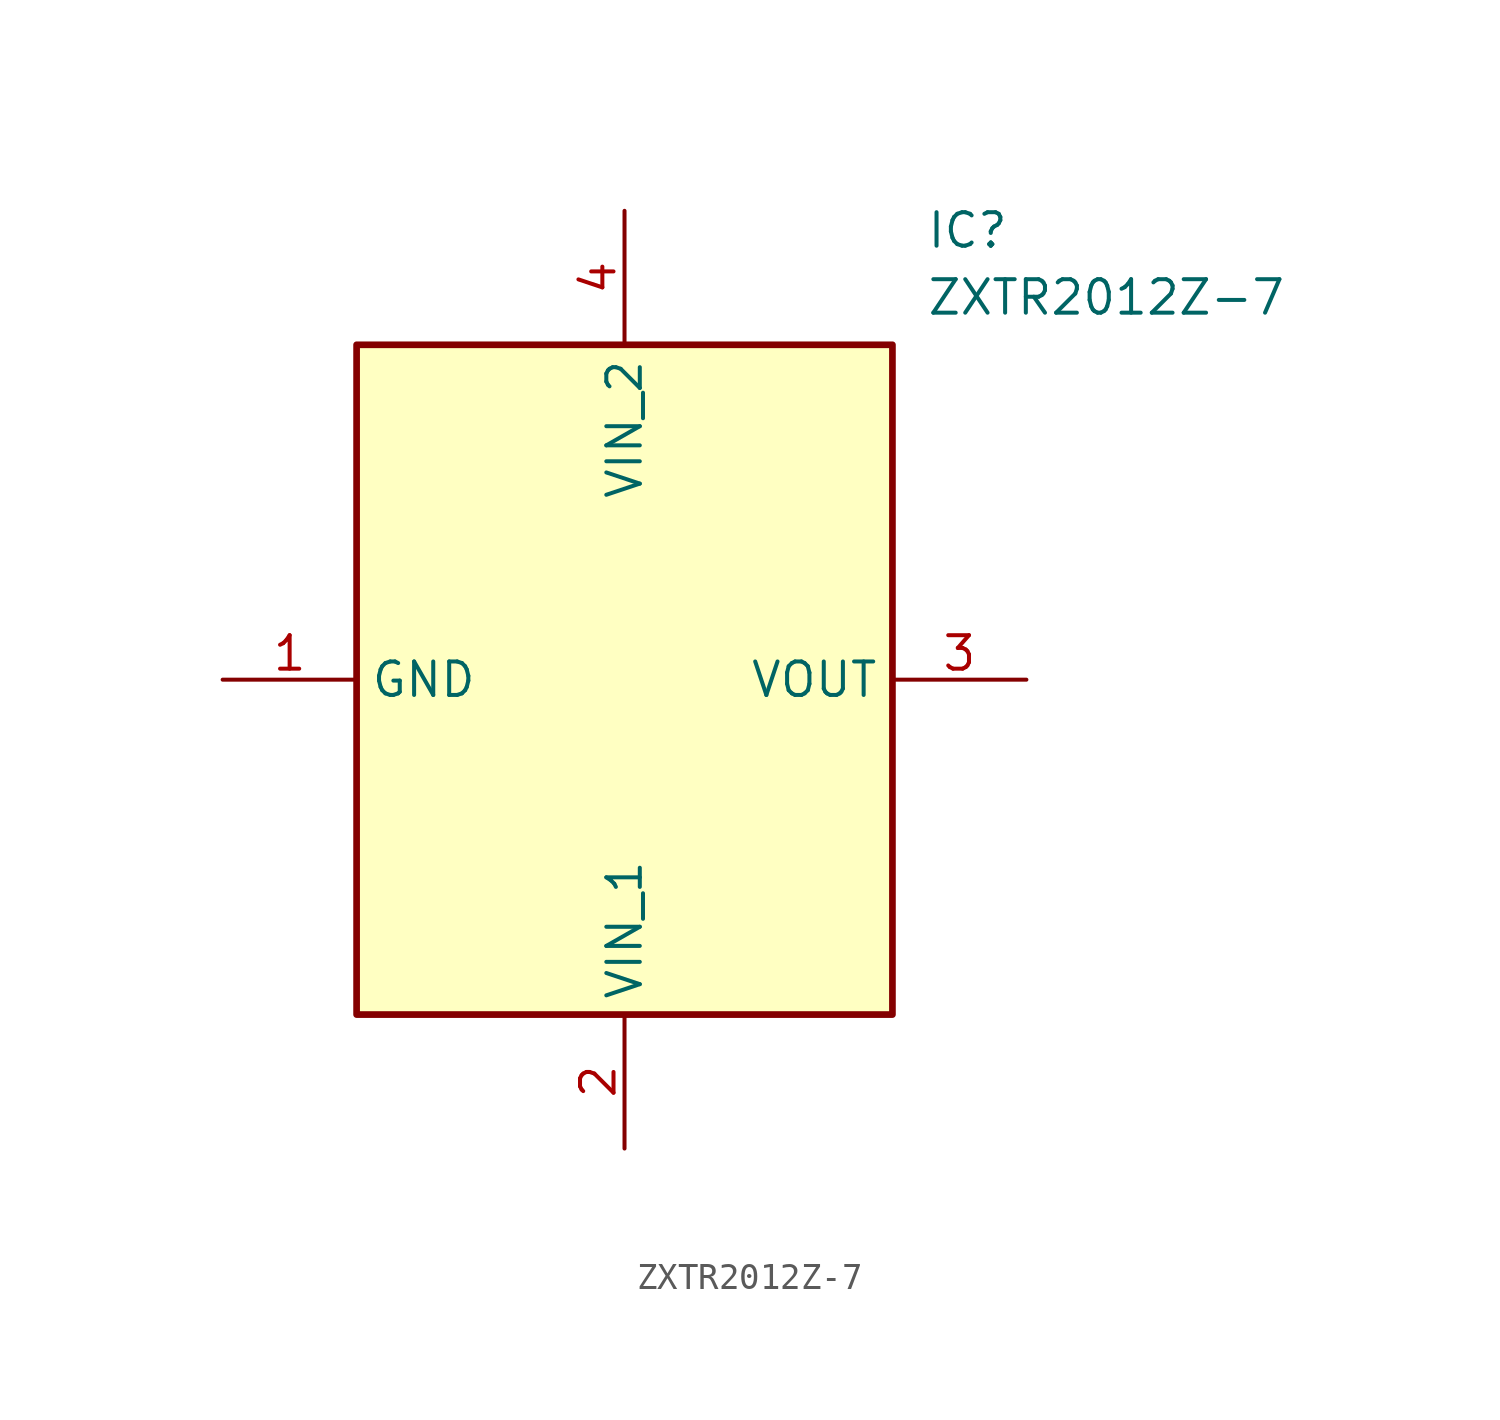
<source format=kicad_sym>
(kicad_symbol_lib
  (version 20211014)
  (generator SamacSys_ECAD_Model)
  (symbol "ZXTR2012Z-7"
    (property "Reference" "IC"
      (at 26.67 17.78 0)
      (effects (font (size 1.27 1.27)) (justify left top)))
    (property "Value" "ZXTR2012Z-7"
      (at 26.67 15.24 0)
      (effects (font (size 1.27 1.27)) (justify left top)))
    (rectangle
      (start 5.08 12.7)
      (end 25.4 -12.7)
      (stroke (width 0.254) (type default))
      (fill (type background)))
    (pin passive line
      (at 0 0 0)
      (length 5.08)
      (name "GND" (effects (font (size 1.27 1.27))))
      (number "1" (effects (font (size 1.27 1.27)))))
    (pin passive line
      (at 15.24 -17.78 90)
      (length 5.08)
      (name "VIN_1" (effects (font (size 1.27 1.27))))
      (number "2" (effects (font (size 1.27 1.27)))))
    (pin passive line
      (at 30.48 0 180)
      (length 5.08)
      (name "VOUT" (effects (font (size 1.27 1.27))))
      (number "3" (effects (font (size 1.27 1.27)))))
    (pin passive line
      (at 15.24 17.78 270)
      (length 5.08)
      (name "VIN_2" (effects (font (size 1.27 1.27))))
      (number "4" (effects (font (size 1.27 1.27)))))))
</source>
